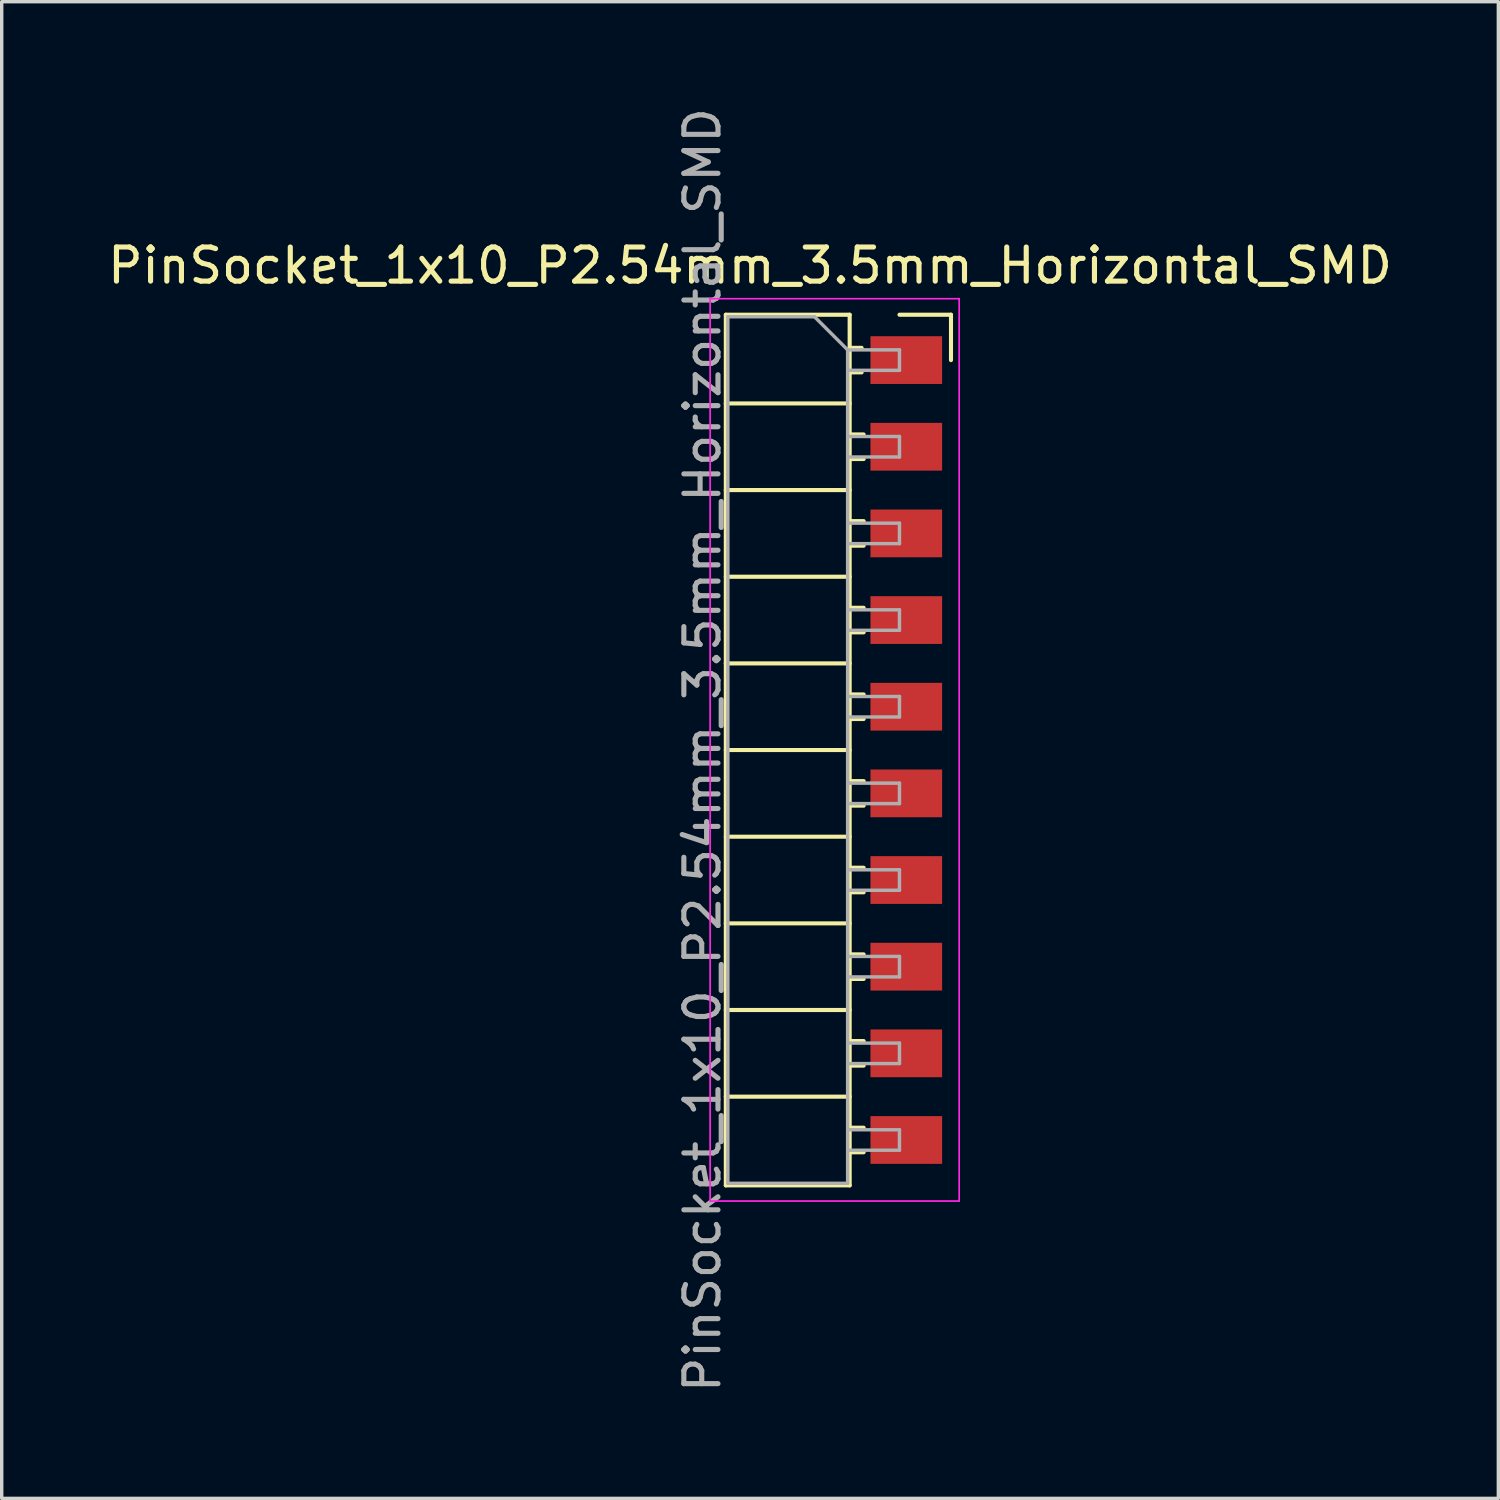
<source format=kicad_pcb>
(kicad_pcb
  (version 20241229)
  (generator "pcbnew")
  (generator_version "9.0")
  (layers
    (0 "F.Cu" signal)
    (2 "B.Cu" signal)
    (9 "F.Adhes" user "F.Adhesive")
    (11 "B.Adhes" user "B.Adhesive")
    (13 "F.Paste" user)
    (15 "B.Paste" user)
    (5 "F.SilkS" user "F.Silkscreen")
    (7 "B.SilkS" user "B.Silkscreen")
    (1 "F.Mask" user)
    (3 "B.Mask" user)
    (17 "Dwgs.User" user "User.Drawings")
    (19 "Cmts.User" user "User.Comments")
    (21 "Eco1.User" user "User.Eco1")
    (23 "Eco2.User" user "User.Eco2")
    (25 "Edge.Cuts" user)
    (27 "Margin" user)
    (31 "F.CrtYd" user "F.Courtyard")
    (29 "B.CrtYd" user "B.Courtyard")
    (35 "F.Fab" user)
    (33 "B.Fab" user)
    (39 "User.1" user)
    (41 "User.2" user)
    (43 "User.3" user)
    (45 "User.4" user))
  (footprint "PinSocket_1x10_P2.54mm_3.5mm_Horizontal_SMD"
    (layer "F.Cu")
    (at 23.315 7.505)
    (property "Reference" "PinSocket_1x10_P2.54mm_3.5mm_Horizontal_SMD" (at -4.38 -2.77 0) (layer "F.SilkS") (effects (font (size 1 1) (thickness 0.15))))
    (attr through_hole)
    (fp_line (start -5.09 -1.33) (end -5.09 24.19) (stroke (width 0.12) (type solid)) (layer "F.SilkS"))
    (fp_line (start -5.09 -1.33) (end -1.46 -1.33) (stroke (width 0.12) (type solid)) (layer "F.SilkS"))
    (fp_line (start -5.09 1.27) (end -1.46 1.27) (stroke (width 0.12) (type solid)) (layer "F.SilkS"))
    (fp_line (start -5.09 3.81) (end -1.46 3.81) (stroke (width 0.12) (type solid)) (layer "F.SilkS"))
    (fp_line (start -5.09 6.35) (end -1.46 6.35) (stroke (width 0.12) (type solid)) (layer "F.SilkS"))
    (fp_line (start -5.09 8.89) (end -1.46 8.89) (stroke (width 0.12) (type solid)) (layer "F.SilkS"))
    (fp_line (start -5.09 11.43) (end -1.46 11.43) (stroke (width 0.12) (type solid)) (layer "F.SilkS"))
    (fp_line (start -5.09 13.97) (end -1.46 13.97) (stroke (width 0.12) (type solid)) (layer "F.SilkS"))
    (fp_line (start -5.09 16.51) (end -1.46 16.51) (stroke (width 0.12) (type solid)) (layer "F.SilkS"))
    (fp_line (start -5.09 19.05) (end -1.46 19.05) (stroke (width 0.12) (type solid)) (layer "F.SilkS"))
    (fp_line (start -5.09 21.59) (end -1.46 21.59) (stroke (width 0.12) (type solid)) (layer "F.SilkS"))
    (fp_line (start -5.09 24.19) (end -1.46 24.19) (stroke (width 0.12) (type solid)) (layer "F.SilkS"))
    (fp_line (start -1.46 -1.33) (end -1.46 24.19) (stroke (width 0.12) (type solid)) (layer "F.SilkS"))
    (fp_line (start -1.46 -0.36) (end -1.11 -0.36) (stroke (width 0.12) (type solid)) (layer "F.SilkS"))
    (fp_line (start -1.46 0.36) (end -1.11 0.36) (stroke (width 0.12) (type solid)) (layer "F.SilkS"))
    (fp_line (start -1.46 2.18) (end -1.05 2.18) (stroke (width 0.12) (type solid)) (layer "F.SilkS"))
    (fp_line (start -1.46 2.9) (end -1.05 2.9) (stroke (width 0.12) (type solid)) (layer "F.SilkS"))
    (fp_line (start -1.46 4.72) (end -1.05 4.72) (stroke (width 0.12) (type solid)) (layer "F.SilkS"))
    (fp_line (start -1.46 5.44) (end -1.05 5.44) (stroke (width 0.12) (type solid)) (layer "F.SilkS"))
    (fp_line (start -1.46 7.26) (end -1.05 7.26) (stroke (width 0.12) (type solid)) (layer "F.SilkS"))
    (fp_line (start -1.46 7.98) (end -1.05 7.98) (stroke (width 0.12) (type solid)) (layer "F.SilkS"))
    (fp_line (start -1.46 9.8) (end -1.05 9.8) (stroke (width 0.12) (type solid)) (layer "F.SilkS"))
    (fp_line (start -1.46 10.52) (end -1.05 10.52) (stroke (width 0.12) (type solid)) (layer "F.SilkS"))
    (fp_line (start -1.46 12.34) (end -1.05 12.34) (stroke (width 0.12) (type solid)) (layer "F.SilkS"))
    (fp_line (start -1.46 13.06) (end -1.05 13.06) (stroke (width 0.12) (type solid)) (layer "F.SilkS"))
    (fp_line (start -1.46 14.88) (end -1.05 14.88) (stroke (width 0.12) (type solid)) (layer "F.SilkS"))
    (fp_line (start -1.46 15.6) (end -1.05 15.6) (stroke (width 0.12) (type solid)) (layer "F.SilkS"))
    (fp_line (start -1.46 17.42) (end -1.05 17.42) (stroke (width 0.12) (type solid)) (layer "F.SilkS"))
    (fp_line (start -1.46 18.14) (end -1.05 18.14) (stroke (width 0.12) (type solid)) (layer "F.SilkS"))
    (fp_line (start -1.46 19.96) (end -1.05 19.96) (stroke (width 0.12) (type solid)) (layer "F.SilkS"))
    (fp_line (start -1.46 20.68) (end -1.05 20.68) (stroke (width 0.12) (type solid)) (layer "F.SilkS"))
    (fp_line (start -1.46 22.5) (end -1.05 22.5) (stroke (width 0.12) (type solid)) (layer "F.SilkS"))
    (fp_line (start -1.46 23.22) (end -1.05 23.22) (stroke (width 0.12) (type solid)) (layer "F.SilkS"))
    (fp_line (start 0 -1.33) (end 1.51 -1.33) (stroke (width 0.12) (type solid)) (layer "F.SilkS"))
    (fp_line (start 1.51 -1.33) (end 1.51 0) (stroke (width 0.12) (type solid)) (layer "F.SilkS"))
    (fp_line (start -5.55 -1.8) (end -5.55 24.65) (stroke (width 0.05) (type solid)) (layer "F.CrtYd"))
    (fp_line (start -5.55 24.65) (end 1.75 24.65) (stroke (width 0.05) (type solid)) (layer "F.CrtYd"))
    (fp_line (start 1.75 -1.8) (end -5.55 -1.8) (stroke (width 0.05) (type solid)) (layer "F.CrtYd"))
    (fp_line (start 1.75 24.65) (end 1.75 -1.8) (stroke (width 0.05) (type solid)) (layer "F.CrtYd"))
    (fp_line (start -5.03 -1.27) (end -2.49 -1.27) (stroke (width 0.1) (type solid)) (layer "F.Fab"))
    (fp_line (start -5.03 24.13) (end -5.03 -1.27) (stroke (width 0.1) (type solid)) (layer "F.Fab"))
    (fp_line (start -2.49 -1.27) (end -1.52 -0.3) (stroke (width 0.1) (type solid)) (layer "F.Fab"))
    (fp_line (start -1.52 -0.3) (end -1.52 24.13) (stroke (width 0.1) (type solid)) (layer "F.Fab"))
    (fp_line (start -1.52 0.3) (end 0 0.3) (stroke (width 0.1) (type solid)) (layer "F.Fab"))
    (fp_line (start -1.52 2.84) (end 0 2.84) (stroke (width 0.1) (type solid)) (layer "F.Fab"))
    (fp_line (start -1.52 5.38) (end 0 5.38) (stroke (width 0.1) (type solid)) (layer "F.Fab"))
    (fp_line (start -1.52 7.92) (end 0 7.92) (stroke (width 0.1) (type solid)) (layer "F.Fab"))
    (fp_line (start -1.52 10.46) (end 0 10.46) (stroke (width 0.1) (type solid)) (layer "F.Fab"))
    (fp_line (start -1.52 13) (end 0 13) (stroke (width 0.1) (type solid)) (layer "F.Fab"))
    (fp_line (start -1.52 15.54) (end 0 15.54) (stroke (width 0.1) (type solid)) (layer "F.Fab"))
    (fp_line (start -1.52 18.08) (end 0 18.08) (stroke (width 0.1) (type solid)) (layer "F.Fab"))
    (fp_line (start -1.52 20.62) (end 0 20.62) (stroke (width 0.1) (type solid)) (layer "F.Fab"))
    (fp_line (start -1.52 23.16) (end 0 23.16) (stroke (width 0.1) (type solid)) (layer "F.Fab"))
    (fp_line (start -1.52 24.13) (end -5.03 24.13) (stroke (width 0.1) (type solid)) (layer "F.Fab"))
    (fp_line (start 0 -0.3) (end -1.52 -0.3) (stroke (width 0.1) (type solid)) (layer "F.Fab"))
    (fp_line (start 0 0.3) (end 0 -0.3) (stroke (width 0.1) (type solid)) (layer "F.Fab"))
    (fp_line (start 0 2.24) (end -1.52 2.24) (stroke (width 0.1) (type solid)) (layer "F.Fab"))
    (fp_line (start 0 2.84) (end 0 2.24) (stroke (width 0.1) (type solid)) (layer "F.Fab"))
    (fp_line (start 0 4.78) (end -1.52 4.78) (stroke (width 0.1) (type solid)) (layer "F.Fab"))
    (fp_line (start 0 5.38) (end 0 4.78) (stroke (width 0.1) (type solid)) (layer "F.Fab"))
    (fp_line (start 0 7.32) (end -1.52 7.32) (stroke (width 0.1) (type solid)) (layer "F.Fab"))
    (fp_line (start 0 7.92) (end 0 7.32) (stroke (width 0.1) (type solid)) (layer "F.Fab"))
    (fp_line (start 0 9.86) (end -1.52 9.86) (stroke (width 0.1) (type solid)) (layer "F.Fab"))
    (fp_line (start 0 10.46) (end 0 9.86) (stroke (width 0.1) (type solid)) (layer "F.Fab"))
    (fp_line (start 0 12.4) (end -1.52 12.4) (stroke (width 0.1) (type solid)) (layer "F.Fab"))
    (fp_line (start 0 13) (end 0 12.4) (stroke (width 0.1) (type solid)) (layer "F.Fab"))
    (fp_line (start 0 14.94) (end -1.52 14.94) (stroke (width 0.1) (type solid)) (layer "F.Fab"))
    (fp_line (start 0 15.54) (end 0 14.94) (stroke (width 0.1) (type solid)) (layer "F.Fab"))
    (fp_line (start 0 17.48) (end -1.52 17.48) (stroke (width 0.1) (type solid)) (layer "F.Fab"))
    (fp_line (start 0 18.08) (end 0 17.48) (stroke (width 0.1) (type solid)) (layer "F.Fab"))
    (fp_line (start 0 20.02) (end -1.52 20.02) (stroke (width 0.1) (type solid)) (layer "F.Fab"))
    (fp_line (start 0 20.62) (end 0 20.02) (stroke (width 0.1) (type solid)) (layer "F.Fab"))
    (fp_line (start 0 22.56) (end -1.52 22.56) (stroke (width 0.1) (type solid)) (layer "F.Fab"))
    (fp_line (start 0 23.16) (end 0 22.56) (stroke (width 0.1) (type solid)) (layer "F.Fab"))
    (fp_text user "${REFERENCE}" (at -5.775 11.43 90) (layer "F.Fab") (effects (font (size 1 1) (thickness 0.15))))
    (pad "1" smd rect (at 0.2 0) (size 2.1 1.4) (layers "F.Cu" "F.Mask" "F.Paste"))
    (pad "2" smd rect (at 0.2 2.54) (size 2.1 1.4) (layers "F.Cu" "F.Mask" "F.Paste"))
    (pad "3" smd rect (at 0.2 5.08) (size 2.1 1.4) (layers "F.Cu" "F.Mask" "F.Paste"))
    (pad "4" smd rect (at 0.2 7.62) (size 2.1 1.4) (layers "F.Cu" "F.Mask" "F.Paste"))
    (pad "5" smd rect (at 0.2 10.16) (size 2.1 1.4) (layers "F.Cu" "F.Mask" "F.Paste"))
    (pad "6" smd rect (at 0.2 12.7) (size 2.1 1.4) (layers "F.Cu" "F.Mask" "F.Paste"))
    (pad "7" smd rect (at 0.2 15.24) (size 2.1 1.4) (layers "F.Cu" "F.Mask" "F.Paste"))
    (pad "8" smd rect (at 0.2 17.78) (size 2.1 1.4) (layers "F.Cu" "F.Mask" "F.Paste"))
    (pad "9" smd rect (at 0.2 20.32) (size 2.1 1.4) (layers "F.Cu" "F.Mask" "F.Paste"))
    (pad "10" smd rect (at 0.2 22.86) (size 2.1 1.4) (layers "F.Cu" "F.Mask" "F.Paste")))
  (gr_rect
    (start -3 -3)
    (end 40.869 40.869)
    (stroke (width 0.1) (type default))
    (fill no)
    (layer "Edge.Cuts")))
</source>
